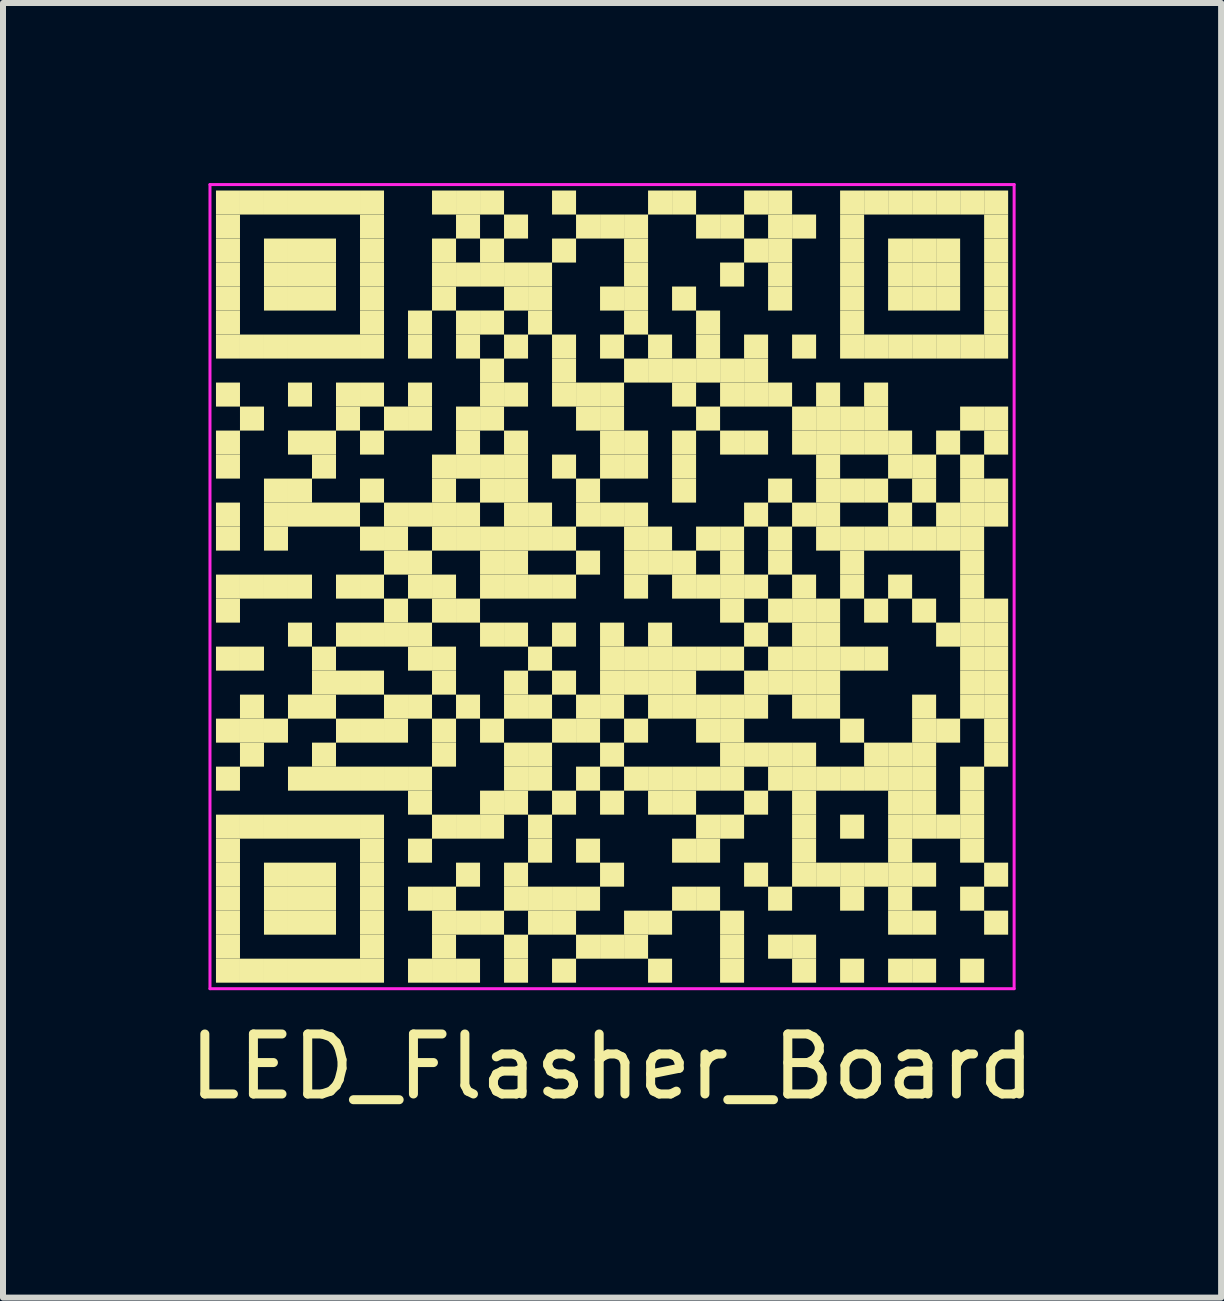
<source format=kicad_pcb>
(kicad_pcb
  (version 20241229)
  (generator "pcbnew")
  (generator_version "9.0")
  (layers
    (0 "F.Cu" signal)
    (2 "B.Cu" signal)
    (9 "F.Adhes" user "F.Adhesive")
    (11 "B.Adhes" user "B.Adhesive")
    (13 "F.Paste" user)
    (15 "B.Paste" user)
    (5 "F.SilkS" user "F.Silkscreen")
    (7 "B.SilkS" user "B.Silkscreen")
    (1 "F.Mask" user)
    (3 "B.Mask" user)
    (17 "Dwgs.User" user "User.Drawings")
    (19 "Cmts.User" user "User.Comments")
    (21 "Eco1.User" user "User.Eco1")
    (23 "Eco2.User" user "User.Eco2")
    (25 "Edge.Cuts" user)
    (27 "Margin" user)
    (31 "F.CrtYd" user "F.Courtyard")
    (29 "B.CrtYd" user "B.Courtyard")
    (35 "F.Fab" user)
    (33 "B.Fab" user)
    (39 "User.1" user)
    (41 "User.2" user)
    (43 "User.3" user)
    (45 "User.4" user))
  (footprint "LED_Flasher_Board"
    (layer "F.Cu")
    (at 7.149 6.725)
    (property "Reference" "LED_Flasher_Board" (at 0 8 0) (layer "F.SilkS") (effects (font (size 1 1) (thickness 0.15))))
    (fp_rect (start -6.6 -6.6) (end -6.2 -6.2) (stroke (width 0) (type default)) (fill yes) (layer "F.SilkS"))
    (fp_rect (start -6.6 -6.2) (end -6.2 -5.8) (stroke (width 0) (type default)) (fill yes) (layer "F.SilkS"))
    (fp_rect (start -6.6 -5.8) (end -6.2 -5.4) (stroke (width 0) (type default)) (fill yes) (layer "F.SilkS"))
    (fp_rect (start -6.6 -5.4) (end -6.2 -5) (stroke (width 0) (type default)) (fill yes) (layer "F.SilkS"))
    (fp_rect (start -6.6 -5) (end -6.2 -4.6) (stroke (width 0) (type default)) (fill yes) (layer "F.SilkS"))
    (fp_rect (start -6.6 -4.6) (end -6.2 -4.2) (stroke (width 0) (type default)) (fill yes) (layer "F.SilkS"))
    (fp_rect (start -6.6 -4.2) (end -6.2 -3.8) (stroke (width 0) (type default)) (fill yes) (layer "F.SilkS"))
    (fp_rect (start -6.6 -3.4) (end -6.2 -3) (stroke (width 0) (type default)) (fill yes) (layer "F.SilkS"))
    (fp_rect (start -6.6 -2.6) (end -6.2 -2.2) (stroke (width 0) (type default)) (fill yes) (layer "F.SilkS"))
    (fp_rect (start -6.6 -2.2) (end -6.2 -1.8) (stroke (width 0) (type default)) (fill yes) (layer "F.SilkS"))
    (fp_rect (start -6.6 -1.4) (end -6.2 -1) (stroke (width 0) (type default)) (fill yes) (layer "F.SilkS"))
    (fp_rect (start -6.6 -1) (end -6.2 -0.6) (stroke (width 0) (type default)) (fill yes) (layer "F.SilkS"))
    (fp_rect (start -6.6 -0.2) (end -6.2 0.2) (stroke (width 0) (type default)) (fill yes) (layer "F.SilkS"))
    (fp_rect (start -6.6 0.2) (end -6.2 0.6) (stroke (width 0) (type default)) (fill yes) (layer "F.SilkS"))
    (fp_rect (start -6.6 1) (end -6.2 1.4) (stroke (width 0) (type default)) (fill yes) (layer "F.SilkS"))
    (fp_rect (start -6.6 2.2) (end -6.2 2.6) (stroke (width 0) (type default)) (fill yes) (layer "F.SilkS"))
    (fp_rect (start -6.6 3) (end -6.2 3.4) (stroke (width 0) (type default)) (fill yes) (layer "F.SilkS"))
    (fp_rect (start -6.6 3.8) (end -6.2 4.2) (stroke (width 0) (type default)) (fill yes) (layer "F.SilkS"))
    (fp_rect (start -6.6 4.2) (end -6.2 4.6) (stroke (width 0) (type default)) (fill yes) (layer "F.SilkS"))
    (fp_rect (start -6.6 4.6) (end -6.2 5) (stroke (width 0) (type default)) (fill yes) (layer "F.SilkS"))
    (fp_rect (start -6.6 5) (end -6.2 5.4) (stroke (width 0) (type default)) (fill yes) (layer "F.SilkS"))
    (fp_rect (start -6.6 5.4) (end -6.2 5.8) (stroke (width 0) (type default)) (fill yes) (layer "F.SilkS"))
    (fp_rect (start -6.6 5.8) (end -6.2 6.2) (stroke (width 0) (type default)) (fill yes) (layer "F.SilkS"))
    (fp_rect (start -6.6 6.2) (end -6.2 6.6) (stroke (width 0) (type default)) (fill yes) (layer "F.SilkS"))
    (fp_rect (start -6.2 -6.6) (end -5.8 -6.2) (stroke (width 0) (type default)) (fill yes) (layer "F.SilkS"))
    (fp_rect (start -6.2 -4.2) (end -5.8 -3.8) (stroke (width 0) (type default)) (fill yes) (layer "F.SilkS"))
    (fp_rect (start -6.2 -3) (end -5.8 -2.6) (stroke (width 0) (type default)) (fill yes) (layer "F.SilkS"))
    (fp_rect (start -6.2 -0.2) (end -5.8 0.2) (stroke (width 0) (type default)) (fill yes) (layer "F.SilkS"))
    (fp_rect (start -6.2 1) (end -5.8 1.4) (stroke (width 0) (type default)) (fill yes) (layer "F.SilkS"))
    (fp_rect (start -6.2 1.8) (end -5.8 2.2) (stroke (width 0) (type default)) (fill yes) (layer "F.SilkS"))
    (fp_rect (start -6.2 2.2) (end -5.8 2.6) (stroke (width 0) (type default)) (fill yes) (layer "F.SilkS"))
    (fp_rect (start -6.2 2.6) (end -5.8 3) (stroke (width 0) (type default)) (fill yes) (layer "F.SilkS"))
    (fp_rect (start -6.2 3.8) (end -5.8 4.2) (stroke (width 0) (type default)) (fill yes) (layer "F.SilkS"))
    (fp_rect (start -6.2 6.2) (end -5.8 6.6) (stroke (width 0) (type default)) (fill yes) (layer "F.SilkS"))
    (fp_rect (start -5.8 -6.6) (end -5.4 -6.2) (stroke (width 0) (type default)) (fill yes) (layer "F.SilkS"))
    (fp_rect (start -5.8 -5.8) (end -5.4 -5.4) (stroke (width 0) (type default)) (fill yes) (layer "F.SilkS"))
    (fp_rect (start -5.8 -5.4) (end -5.4 -5) (stroke (width 0) (type default)) (fill yes) (layer "F.SilkS"))
    (fp_rect (start -5.8 -5) (end -5.4 -4.6) (stroke (width 0) (type default)) (fill yes) (layer "F.SilkS"))
    (fp_rect (start -5.8 -4.2) (end -5.4 -3.8) (stroke (width 0) (type default)) (fill yes) (layer "F.SilkS"))
    (fp_rect (start -5.8 -1.8) (end -5.4 -1.4) (stroke (width 0) (type default)) (fill yes) (layer "F.SilkS"))
    (fp_rect (start -5.8 -1.4) (end -5.4 -1) (stroke (width 0) (type default)) (fill yes) (layer "F.SilkS"))
    (fp_rect (start -5.8 -1) (end -5.4 -0.6) (stroke (width 0) (type default)) (fill yes) (layer "F.SilkS"))
    (fp_rect (start -5.8 -0.2) (end -5.4 0.2) (stroke (width 0) (type default)) (fill yes) (layer "F.SilkS"))
    (fp_rect (start -5.8 2.2) (end -5.4 2.6) (stroke (width 0) (type default)) (fill yes) (layer "F.SilkS"))
    (fp_rect (start -5.8 3.8) (end -5.4 4.2) (stroke (width 0) (type default)) (fill yes) (layer "F.SilkS"))
    (fp_rect (start -5.8 4.6) (end -5.4 5) (stroke (width 0) (type default)) (fill yes) (layer "F.SilkS"))
    (fp_rect (start -5.8 5) (end -5.4 5.4) (stroke (width 0) (type default)) (fill yes) (layer "F.SilkS"))
    (fp_rect (start -5.8 5.4) (end -5.4 5.8) (stroke (width 0) (type default)) (fill yes) (layer "F.SilkS"))
    (fp_rect (start -5.8 6.2) (end -5.4 6.6) (stroke (width 0) (type default)) (fill yes) (layer "F.SilkS"))
    (fp_rect (start -5.4 -6.6) (end -5 -6.2) (stroke (width 0) (type default)) (fill yes) (layer "F.SilkS"))
    (fp_rect (start -5.4 -5.8) (end -5 -5.4) (stroke (width 0) (type default)) (fill yes) (layer "F.SilkS"))
    (fp_rect (start -5.4 -5.4) (end -5 -5) (stroke (width 0) (type default)) (fill yes) (layer "F.SilkS"))
    (fp_rect (start -5.4 -5) (end -5 -4.6) (stroke (width 0) (type default)) (fill yes) (layer "F.SilkS"))
    (fp_rect (start -5.4 -4.2) (end -5 -3.8) (stroke (width 0) (type default)) (fill yes) (layer "F.SilkS"))
    (fp_rect (start -5.4 -3.4) (end -5 -3) (stroke (width 0) (type default)) (fill yes) (layer "F.SilkS"))
    (fp_rect (start -5.4 -2.6) (end -5 -2.2) (stroke (width 0) (type default)) (fill yes) (layer "F.SilkS"))
    (fp_rect (start -5.4 -1.8) (end -5 -1.4) (stroke (width 0) (type default)) (fill yes) (layer "F.SilkS"))
    (fp_rect (start -5.4 -1.4) (end -5 -1) (stroke (width 0) (type default)) (fill yes) (layer "F.SilkS"))
    (fp_rect (start -5.4 -0.2) (end -5 0.2) (stroke (width 0) (type default)) (fill yes) (layer "F.SilkS"))
    (fp_rect (start -5.4 0.6) (end -5 1) (stroke (width 0) (type default)) (fill yes) (layer "F.SilkS"))
    (fp_rect (start -5.4 1.8) (end -5 2.2) (stroke (width 0) (type default)) (fill yes) (layer "F.SilkS"))
    (fp_rect (start -5.4 3) (end -5 3.4) (stroke (width 0) (type default)) (fill yes) (layer "F.SilkS"))
    (fp_rect (start -5.4 3.8) (end -5 4.2) (stroke (width 0) (type default)) (fill yes) (layer "F.SilkS"))
    (fp_rect (start -5.4 4.6) (end -5 5) (stroke (width 0) (type default)) (fill yes) (layer "F.SilkS"))
    (fp_rect (start -5.4 5) (end -5 5.4) (stroke (width 0) (type default)) (fill yes) (layer "F.SilkS"))
    (fp_rect (start -5.4 5.4) (end -5 5.8) (stroke (width 0) (type default)) (fill yes) (layer "F.SilkS"))
    (fp_rect (start -5.4 6.2) (end -5 6.6) (stroke (width 0) (type default)) (fill yes) (layer "F.SilkS"))
    (fp_rect (start -5 -6.6) (end -4.6 -6.2) (stroke (width 0) (type default)) (fill yes) (layer "F.SilkS"))
    (fp_rect (start -5 -5.8) (end -4.6 -5.4) (stroke (width 0) (type default)) (fill yes) (layer "F.SilkS"))
    (fp_rect (start -5 -5.4) (end -4.6 -5) (stroke (width 0) (type default)) (fill yes) (layer "F.SilkS"))
    (fp_rect (start -5 -5) (end -4.6 -4.6) (stroke (width 0) (type default)) (fill yes) (layer "F.SilkS"))
    (fp_rect (start -5 -4.2) (end -4.6 -3.8) (stroke (width 0) (type default)) (fill yes) (layer "F.SilkS"))
    (fp_rect (start -5 -2.6) (end -4.6 -2.2) (stroke (width 0) (type default)) (fill yes) (layer "F.SilkS"))
    (fp_rect (start -5 -2.2) (end -4.6 -1.8) (stroke (width 0) (type default)) (fill yes) (layer "F.SilkS"))
    (fp_rect (start -5 -1.4) (end -4.6 -1) (stroke (width 0) (type default)) (fill yes) (layer "F.SilkS"))
    (fp_rect (start -5 1) (end -4.6 1.4) (stroke (width 0) (type default)) (fill yes) (layer "F.SilkS"))
    (fp_rect (start -5 1.4) (end -4.6 1.8) (stroke (width 0) (type default)) (fill yes) (layer "F.SilkS"))
    (fp_rect (start -5 1.8) (end -4.6 2.2) (stroke (width 0) (type default)) (fill yes) (layer "F.SilkS"))
    (fp_rect (start -5 2.6) (end -4.6 3) (stroke (width 0) (type default)) (fill yes) (layer "F.SilkS"))
    (fp_rect (start -5 3) (end -4.6 3.4) (stroke (width 0) (type default)) (fill yes) (layer "F.SilkS"))
    (fp_rect (start -5 3.8) (end -4.6 4.2) (stroke (width 0) (type default)) (fill yes) (layer "F.SilkS"))
    (fp_rect (start -5 4.6) (end -4.6 5) (stroke (width 0) (type default)) (fill yes) (layer "F.SilkS"))
    (fp_rect (start -5 5) (end -4.6 5.4) (stroke (width 0) (type default)) (fill yes) (layer "F.SilkS"))
    (fp_rect (start -5 5.4) (end -4.6 5.8) (stroke (width 0) (type default)) (fill yes) (layer "F.SilkS"))
    (fp_rect (start -5 6.2) (end -4.6 6.6) (stroke (width 0) (type default)) (fill yes) (layer "F.SilkS"))
    (fp_rect (start -4.6 -6.6) (end -4.2 -6.2) (stroke (width 0) (type default)) (fill yes) (layer "F.SilkS"))
    (fp_rect (start -4.6 -4.2) (end -4.2 -3.8) (stroke (width 0) (type default)) (fill yes) (layer "F.SilkS"))
    (fp_rect (start -4.6 -3.4) (end -4.2 -3) (stroke (width 0) (type default)) (fill yes) (layer "F.SilkS"))
    (fp_rect (start -4.6 -3) (end -4.2 -2.6) (stroke (width 0) (type default)) (fill yes) (layer "F.SilkS"))
    (fp_rect (start -4.6 -1.4) (end -4.2 -1) (stroke (width 0) (type default)) (fill yes) (layer "F.SilkS"))
    (fp_rect (start -4.6 -0.2) (end -4.2 0.2) (stroke (width 0) (type default)) (fill yes) (layer "F.SilkS"))
    (fp_rect (start -4.6 0.6) (end -4.2 1) (stroke (width 0) (type default)) (fill yes) (layer "F.SilkS"))
    (fp_rect (start -4.6 1.4) (end -4.2 1.8) (stroke (width 0) (type default)) (fill yes) (layer "F.SilkS"))
    (fp_rect (start -4.6 2.2) (end -4.2 2.6) (stroke (width 0) (type default)) (fill yes) (layer "F.SilkS"))
    (fp_rect (start -4.6 3) (end -4.2 3.4) (stroke (width 0) (type default)) (fill yes) (layer "F.SilkS"))
    (fp_rect (start -4.6 3.8) (end -4.2 4.2) (stroke (width 0) (type default)) (fill yes) (layer "F.SilkS"))
    (fp_rect (start -4.6 6.2) (end -4.2 6.6) (stroke (width 0) (type default)) (fill yes) (layer "F.SilkS"))
    (fp_rect (start -4.2 -6.6) (end -3.8 -6.2) (stroke (width 0) (type default)) (fill yes) (layer "F.SilkS"))
    (fp_rect (start -4.2 -6.2) (end -3.8 -5.8) (stroke (width 0) (type default)) (fill yes) (layer "F.SilkS"))
    (fp_rect (start -4.2 -5.8) (end -3.8 -5.4) (stroke (width 0) (type default)) (fill yes) (layer "F.SilkS"))
    (fp_rect (start -4.2 -5.4) (end -3.8 -5) (stroke (width 0) (type default)) (fill yes) (layer "F.SilkS"))
    (fp_rect (start -4.2 -5) (end -3.8 -4.6) (stroke (width 0) (type default)) (fill yes) (layer "F.SilkS"))
    (fp_rect (start -4.2 -4.6) (end -3.8 -4.2) (stroke (width 0) (type default)) (fill yes) (layer "F.SilkS"))
    (fp_rect (start -4.2 -4.2) (end -3.8 -3.8) (stroke (width 0) (type default)) (fill yes) (layer "F.SilkS"))
    (fp_rect (start -4.2 -3.4) (end -3.8 -3) (stroke (width 0) (type default)) (fill yes) (layer "F.SilkS"))
    (fp_rect (start -4.2 -2.6) (end -3.8 -2.2) (stroke (width 0) (type default)) (fill yes) (layer "F.SilkS"))
    (fp_rect (start -4.2 -1.8) (end -3.8 -1.4) (stroke (width 0) (type default)) (fill yes) (layer "F.SilkS"))
    (fp_rect (start -4.2 -1) (end -3.8 -0.6) (stroke (width 0) (type default)) (fill yes) (layer "F.SilkS"))
    (fp_rect (start -4.2 -0.2) (end -3.8 0.2) (stroke (width 0) (type default)) (fill yes) (layer "F.SilkS"))
    (fp_rect (start -4.2 0.6) (end -3.8 1) (stroke (width 0) (type default)) (fill yes) (layer "F.SilkS"))
    (fp_rect (start -4.2 1.4) (end -3.8 1.8) (stroke (width 0) (type default)) (fill yes) (layer "F.SilkS"))
    (fp_rect (start -4.2 2.2) (end -3.8 2.6) (stroke (width 0) (type default)) (fill yes) (layer "F.SilkS"))
    (fp_rect (start -4.2 3) (end -3.8 3.4) (stroke (width 0) (type default)) (fill yes) (layer "F.SilkS"))
    (fp_rect (start -4.2 3.8) (end -3.8 4.2) (stroke (width 0) (type default)) (fill yes) (layer "F.SilkS"))
    (fp_rect (start -4.2 4.2) (end -3.8 4.6) (stroke (width 0) (type default)) (fill yes) (layer "F.SilkS"))
    (fp_rect (start -4.2 4.6) (end -3.8 5) (stroke (width 0) (type default)) (fill yes) (layer "F.SilkS"))
    (fp_rect (start -4.2 5) (end -3.8 5.4) (stroke (width 0) (type default)) (fill yes) (layer "F.SilkS"))
    (fp_rect (start -4.2 5.4) (end -3.8 5.8) (stroke (width 0) (type default)) (fill yes) (layer "F.SilkS"))
    (fp_rect (start -4.2 5.8) (end -3.8 6.2) (stroke (width 0) (type default)) (fill yes) (layer "F.SilkS"))
    (fp_rect (start -4.2 6.2) (end -3.8 6.6) (stroke (width 0) (type default)) (fill yes) (layer "F.SilkS"))
    (fp_rect (start -3.8 -3) (end -3.4 -2.6) (stroke (width 0) (type default)) (fill yes) (layer "F.SilkS"))
    (fp_rect (start -3.8 -1.4) (end -3.4 -1) (stroke (width 0) (type default)) (fill yes) (layer "F.SilkS"))
    (fp_rect (start -3.8 -1) (end -3.4 -0.6) (stroke (width 0) (type default)) (fill yes) (layer "F.SilkS"))
    (fp_rect (start -3.8 -0.6) (end -3.4 -0.2) (stroke (width 0) (type default)) (fill yes) (layer "F.SilkS"))
    (fp_rect (start -3.8 0.2) (end -3.4 0.6) (stroke (width 0) (type default)) (fill yes) (layer "F.SilkS"))
    (fp_rect (start -3.8 0.6) (end -3.4 1) (stroke (width 0) (type default)) (fill yes) (layer "F.SilkS"))
    (fp_rect (start -3.8 1.8) (end -3.4 2.2) (stroke (width 0) (type default)) (fill yes) (layer "F.SilkS"))
    (fp_rect (start -3.8 2.2) (end -3.4 2.6) (stroke (width 0) (type default)) (fill yes) (layer "F.SilkS"))
    (fp_rect (start -3.8 3) (end -3.4 3.4) (stroke (width 0) (type default)) (fill yes) (layer "F.SilkS"))
    (fp_rect (start -3.4 -4.6) (end -3 -4.2) (stroke (width 0) (type default)) (fill yes) (layer "F.SilkS"))
    (fp_rect (start -3.4 -4.2) (end -3 -3.8) (stroke (width 0) (type default)) (fill yes) (layer "F.SilkS"))
    (fp_rect (start -3.4 -3.4) (end -3 -3) (stroke (width 0) (type default)) (fill yes) (layer "F.SilkS"))
    (fp_rect (start -3.4 -3) (end -3 -2.6) (stroke (width 0) (type default)) (fill yes) (layer "F.SilkS"))
    (fp_rect (start -3.4 -1.4) (end -3 -1) (stroke (width 0) (type default)) (fill yes) (layer "F.SilkS"))
    (fp_rect (start -3.4 -0.6) (end -3 -0.2) (stroke (width 0) (type default)) (fill yes) (layer "F.SilkS"))
    (fp_rect (start -3.4 -0.2) (end -3 0.2) (stroke (width 0) (type default)) (fill yes) (layer "F.SilkS"))
    (fp_rect (start -3.4 0.6) (end -3 1) (stroke (width 0) (type default)) (fill yes) (layer "F.SilkS"))
    (fp_rect (start -3.4 1) (end -3 1.4) (stroke (width 0) (type default)) (fill yes) (layer "F.SilkS"))
    (fp_rect (start -3.4 1.8) (end -3 2.2) (stroke (width 0) (type default)) (fill yes) (layer "F.SilkS"))
    (fp_rect (start -3.4 3) (end -3 3.4) (stroke (width 0) (type default)) (fill yes) (layer "F.SilkS"))
    (fp_rect (start -3.4 3.4) (end -3 3.8) (stroke (width 0) (type default)) (fill yes) (layer "F.SilkS"))
    (fp_rect (start -3.4 4.2) (end -3 4.6) (stroke (width 0) (type default)) (fill yes) (layer "F.SilkS"))
    (fp_rect (start -3.4 5) (end -3 5.4) (stroke (width 0) (type default)) (fill yes) (layer "F.SilkS"))
    (fp_rect (start -3.4 6.2) (end -3 6.6) (stroke (width 0) (type default)) (fill yes) (layer "F.SilkS"))
    (fp_rect (start -3 -6.6) (end -2.6 -6.2) (stroke (width 0) (type default)) (fill yes) (layer "F.SilkS"))
    (fp_rect (start -3 -5.8) (end -2.6 -5.4) (stroke (width 0) (type default)) (fill yes) (layer "F.SilkS"))
    (fp_rect (start -3 -5.4) (end -2.6 -5) (stroke (width 0) (type default)) (fill yes) (layer "F.SilkS"))
    (fp_rect (start -3 -5) (end -2.6 -4.6) (stroke (width 0) (type default)) (fill yes) (layer "F.SilkS"))
    (fp_rect (start -3 -2.2) (end -2.6 -1.8) (stroke (width 0) (type default)) (fill yes) (layer "F.SilkS"))
    (fp_rect (start -3 -1.8) (end -2.6 -1.4) (stroke (width 0) (type default)) (fill yes) (layer "F.SilkS"))
    (fp_rect (start -3 -1.4) (end -2.6 -1) (stroke (width 0) (type default)) (fill yes) (layer "F.SilkS"))
    (fp_rect (start -3 -1) (end -2.6 -0.6) (stroke (width 0) (type default)) (fill yes) (layer "F.SilkS"))
    (fp_rect (start -3 -0.2) (end -2.6 0.2) (stroke (width 0) (type default)) (fill yes) (layer "F.SilkS"))
    (fp_rect (start -3 0.2) (end -2.6 0.6) (stroke (width 0) (type default)) (fill yes) (layer "F.SilkS"))
    (fp_rect (start -3 1) (end -2.6 1.4) (stroke (width 0) (type default)) (fill yes) (layer "F.SilkS"))
    (fp_rect (start -3 1.4) (end -2.6 1.8) (stroke (width 0) (type default)) (fill yes) (layer "F.SilkS"))
    (fp_rect (start -3 2.2) (end -2.6 2.6) (stroke (width 0) (type default)) (fill yes) (layer "F.SilkS"))
    (fp_rect (start -3 2.6) (end -2.6 3) (stroke (width 0) (type default)) (fill yes) (layer "F.SilkS"))
    (fp_rect (start -3 3.8) (end -2.6 4.2) (stroke (width 0) (type default)) (fill yes) (layer "F.SilkS"))
    (fp_rect (start -3 5) (end -2.6 5.4) (stroke (width 0) (type default)) (fill yes) (layer "F.SilkS"))
    (fp_rect (start -3 5.4) (end -2.6 5.8) (stroke (width 0) (type default)) (fill yes) (layer "F.SilkS"))
    (fp_rect (start -3 5.8) (end -2.6 6.2) (stroke (width 0) (type default)) (fill yes) (layer "F.SilkS"))
    (fp_rect (start -3 6.2) (end -2.6 6.6) (stroke (width 0) (type default)) (fill yes) (layer "F.SilkS"))
    (fp_rect (start -2.6 -6.6) (end -2.2 -6.2) (stroke (width 0) (type default)) (fill yes) (layer "F.SilkS"))
    (fp_rect (start -2.6 -6.2) (end -2.2 -5.8) (stroke (width 0) (type default)) (fill yes) (layer "F.SilkS"))
    (fp_rect (start -2.6 -5.4) (end -2.2 -5) (stroke (width 0) (type default)) (fill yes) (layer "F.SilkS"))
    (fp_rect (start -2.6 -4.6) (end -2.2 -4.2) (stroke (width 0) (type default)) (fill yes) (layer "F.SilkS"))
    (fp_rect (start -2.6 -4.2) (end -2.2 -3.8) (stroke (width 0) (type default)) (fill yes) (layer "F.SilkS"))
    (fp_rect (start -2.6 -3) (end -2.2 -2.6) (stroke (width 0) (type default)) (fill yes) (layer "F.SilkS"))
    (fp_rect (start -2.6 -2.6) (end -2.2 -2.2) (stroke (width 0) (type default)) (fill yes) (layer "F.SilkS"))
    (fp_rect (start -2.6 -2.2) (end -2.2 -1.8) (stroke (width 0) (type default)) (fill yes) (layer "F.SilkS"))
    (fp_rect (start -2.6 -1.4) (end -2.2 -1) (stroke (width 0) (type default)) (fill yes) (layer "F.SilkS"))
    (fp_rect (start -2.6 -1) (end -2.2 -0.6) (stroke (width 0) (type default)) (fill yes) (layer "F.SilkS"))
    (fp_rect (start -2.6 0.2) (end -2.2 0.6) (stroke (width 0) (type default)) (fill yes) (layer "F.SilkS"))
    (fp_rect (start -2.6 1.8) (end -2.2 2.2) (stroke (width 0) (type default)) (fill yes) (layer "F.SilkS"))
    (fp_rect (start -2.6 3.8) (end -2.2 4.2) (stroke (width 0) (type default)) (fill yes) (layer "F.SilkS"))
    (fp_rect (start -2.6 4.6) (end -2.2 5) (stroke (width 0) (type default)) (fill yes) (layer "F.SilkS"))
    (fp_rect (start -2.6 5.4) (end -2.2 5.8) (stroke (width 0) (type default)) (fill yes) (layer "F.SilkS"))
    (fp_rect (start -2.6 6.2) (end -2.2 6.6) (stroke (width 0) (type default)) (fill yes) (layer "F.SilkS"))
    (fp_rect (start -2.2 -6.6) (end -1.8 -6.2) (stroke (width 0) (type default)) (fill yes) (layer "F.SilkS"))
    (fp_rect (start -2.2 -5.8) (end -1.8 -5.4) (stroke (width 0) (type default)) (fill yes) (layer "F.SilkS"))
    (fp_rect (start -2.2 -5.4) (end -1.8 -5) (stroke (width 0) (type default)) (fill yes) (layer "F.SilkS"))
    (fp_rect (start -2.2 -4.6) (end -1.8 -4.2) (stroke (width 0) (type default)) (fill yes) (layer "F.SilkS"))
    (fp_rect (start -2.2 -3.8) (end -1.8 -3.4) (stroke (width 0) (type default)) (fill yes) (layer "F.SilkS"))
    (fp_rect (start -2.2 -3.4) (end -1.8 -3) (stroke (width 0) (type default)) (fill yes) (layer "F.SilkS"))
    (fp_rect (start -2.2 -3) (end -1.8 -2.6) (stroke (width 0) (type default)) (fill yes) (layer "F.SilkS"))
    (fp_rect (start -2.2 -2.2) (end -1.8 -1.8) (stroke (width 0) (type default)) (fill yes) (layer "F.SilkS"))
    (fp_rect (start -2.2 -1.8) (end -1.8 -1.4) (stroke (width 0) (type default)) (fill yes) (layer "F.SilkS"))
    (fp_rect (start -2.2 -1) (end -1.8 -0.6) (stroke (width 0) (type default)) (fill yes) (layer "F.SilkS"))
    (fp_rect (start -2.2 -0.6) (end -1.8 -0.2) (stroke (width 0) (type default)) (fill yes) (layer "F.SilkS"))
    (fp_rect (start -2.2 -0.2) (end -1.8 0.2) (stroke (width 0) (type default)) (fill yes) (layer "F.SilkS"))
    (fp_rect (start -2.2 0.6) (end -1.8 1) (stroke (width 0) (type default)) (fill yes) (layer "F.SilkS"))
    (fp_rect (start -2.2 2.2) (end -1.8 2.6) (stroke (width 0) (type default)) (fill yes) (layer "F.SilkS"))
    (fp_rect (start -2.2 3.4) (end -1.8 3.8) (stroke (width 0) (type default)) (fill yes) (layer "F.SilkS"))
    (fp_rect (start -2.2 3.8) (end -1.8 4.2) (stroke (width 0) (type default)) (fill yes) (layer "F.SilkS"))
    (fp_rect (start -2.2 5.4) (end -1.8 5.8) (stroke (width 0) (type default)) (fill yes) (layer "F.SilkS"))
    (fp_rect (start -1.8 -6.2) (end -1.4 -5.8) (stroke (width 0) (type default)) (fill yes) (layer "F.SilkS"))
    (fp_rect (start -1.8 -5.4) (end -1.4 -5) (stroke (width 0) (type default)) (fill yes) (layer "F.SilkS"))
    (fp_rect (start -1.8 -5) (end -1.4 -4.6) (stroke (width 0) (type default)) (fill yes) (layer "F.SilkS"))
    (fp_rect (start -1.8 -4.2) (end -1.4 -3.8) (stroke (width 0) (type default)) (fill yes) (layer "F.SilkS"))
    (fp_rect (start -1.8 -3.4) (end -1.4 -3) (stroke (width 0) (type default)) (fill yes) (layer "F.SilkS"))
    (fp_rect (start -1.8 -2.6) (end -1.4 -2.2) (stroke (width 0) (type default)) (fill yes) (layer "F.SilkS"))
    (fp_rect (start -1.8 -2.2) (end -1.4 -1.8) (stroke (width 0) (type default)) (fill yes) (layer "F.SilkS"))
    (fp_rect (start -1.8 -1.8) (end -1.4 -1.4) (stroke (width 0) (type default)) (fill yes) (layer "F.SilkS"))
    (fp_rect (start -1.8 -1.4) (end -1.4 -1) (stroke (width 0) (type default)) (fill yes) (layer "F.SilkS"))
    (fp_rect (start -1.8 -1) (end -1.4 -0.6) (stroke (width 0) (type default)) (fill yes) (layer "F.SilkS"))
    (fp_rect (start -1.8 -0.6) (end -1.4 -0.2) (stroke (width 0) (type default)) (fill yes) (layer "F.SilkS"))
    (fp_rect (start -1.8 -0.2) (end -1.4 0.2) (stroke (width 0) (type default)) (fill yes) (layer "F.SilkS"))
    (fp_rect (start -1.8 0.6) (end -1.4 1) (stroke (width 0) (type default)) (fill yes) (layer "F.SilkS"))
    (fp_rect (start -1.8 1.4) (end -1.4 1.8) (stroke (width 0) (type default)) (fill yes) (layer "F.SilkS"))
    (fp_rect (start -1.8 1.8) (end -1.4 2.2) (stroke (width 0) (type default)) (fill yes) (layer "F.SilkS"))
    (fp_rect (start -1.8 2.6) (end -1.4 3) (stroke (width 0) (type default)) (fill yes) (layer "F.SilkS"))
    (fp_rect (start -1.8 3) (end -1.4 3.4) (stroke (width 0) (type default)) (fill yes) (layer "F.SilkS"))
    (fp_rect (start -1.8 3.4) (end -1.4 3.8) (stroke (width 0) (type default)) (fill yes) (layer "F.SilkS"))
    (fp_rect (start -1.8 4.6) (end -1.4 5) (stroke (width 0) (type default)) (fill yes) (layer "F.SilkS"))
    (fp_rect (start -1.8 5) (end -1.4 5.4) (stroke (width 0) (type default)) (fill yes) (layer "F.SilkS"))
    (fp_rect (start -1.8 5.8) (end -1.4 6.2) (stroke (width 0) (type default)) (fill yes) (layer "F.SilkS"))
    (fp_rect (start -1.8 6.2) (end -1.4 6.6) (stroke (width 0) (type default)) (fill yes) (layer "F.SilkS"))
    (fp_rect (start -1.4 -5.4) (end -1 -5) (stroke (width 0) (type default)) (fill yes) (layer "F.SilkS"))
    (fp_rect (start -1.4 -5) (end -1 -4.6) (stroke (width 0) (type default)) (fill yes) (layer "F.SilkS"))
    (fp_rect (start -1.4 -4.6) (end -1 -4.2) (stroke (width 0) (type default)) (fill yes) (layer "F.SilkS"))
    (fp_rect (start -1.4 -1.4) (end -1 -1) (stroke (width 0) (type default)) (fill yes) (layer "F.SilkS"))
    (fp_rect (start -1.4 -1) (end -1 -0.6) (stroke (width 0) (type default)) (fill yes) (layer "F.SilkS"))
    (fp_rect (start -1.4 -0.2) (end -1 0.2) (stroke (width 0) (type default)) (fill yes) (layer "F.SilkS"))
    (fp_rect (start -1.4 1) (end -1 1.4) (stroke (width 0) (type default)) (fill yes) (layer "F.SilkS"))
    (fp_rect (start -1.4 1.8) (end -1 2.2) (stroke (width 0) (type default)) (fill yes) (layer "F.SilkS"))
    (fp_rect (start -1.4 2.6) (end -1 3) (stroke (width 0) (type default)) (fill yes) (layer "F.SilkS"))
    (fp_rect (start -1.4 3) (end -1 3.4) (stroke (width 0) (type default)) (fill yes) (layer "F.SilkS"))
    (fp_rect (start -1.4 3.8) (end -1 4.2) (stroke (width 0) (type default)) (fill yes) (layer "F.SilkS"))
    (fp_rect (start -1.4 4.2) (end -1 4.6) (stroke (width 0) (type default)) (fill yes) (layer "F.SilkS"))
    (fp_rect (start -1.4 5) (end -1 5.4) (stroke (width 0) (type default)) (fill yes) (layer "F.SilkS"))
    (fp_rect (start -1.4 5.4) (end -1 5.8) (stroke (width 0) (type default)) (fill yes) (layer "F.SilkS"))
    (fp_rect (start -1 -6.6) (end -0.6 -6.2) (stroke (width 0) (type default)) (fill yes) (layer "F.SilkS"))
    (fp_rect (start -1 -5.8) (end -0.6 -5.4) (stroke (width 0) (type default)) (fill yes) (layer "F.SilkS"))
    (fp_rect (start -1 -4.2) (end -0.6 -3.8) (stroke (width 0) (type default)) (fill yes) (layer "F.SilkS"))
    (fp_rect (start -1 -3.8) (end -0.6 -3.4) (stroke (width 0) (type default)) (fill yes) (layer "F.SilkS"))
    (fp_rect (start -1 -3.4) (end -0.6 -3) (stroke (width 0) (type default)) (fill yes) (layer "F.SilkS"))
    (fp_rect (start -1 -2.2) (end -0.6 -1.8) (stroke (width 0) (type default)) (fill yes) (layer "F.SilkS"))
    (fp_rect (start -1 -1) (end -0.6 -0.6) (stroke (width 0) (type default)) (fill yes) (layer "F.SilkS"))
    (fp_rect (start -1 -0.2) (end -0.6 0.2) (stroke (width 0) (type default)) (fill yes) (layer "F.SilkS"))
    (fp_rect (start -1 0.6) (end -0.6 1) (stroke (width 0) (type default)) (fill yes) (layer "F.SilkS"))
    (fp_rect (start -1 1.4) (end -0.6 1.8) (stroke (width 0) (type default)) (fill yes) (layer "F.SilkS"))
    (fp_rect (start -1 2.2) (end -0.6 2.6) (stroke (width 0) (type default)) (fill yes) (layer "F.SilkS"))
    (fp_rect (start -1 3.4) (end -0.6 3.8) (stroke (width 0) (type default)) (fill yes) (layer "F.SilkS"))
    (fp_rect (start -1 5) (end -0.6 5.4) (stroke (width 0) (type default)) (fill yes) (layer "F.SilkS"))
    (fp_rect (start -1 5.4) (end -0.6 5.8) (stroke (width 0) (type default)) (fill yes) (layer "F.SilkS"))
    (fp_rect (start -1 6.2) (end -0.6 6.6) (stroke (width 0) (type default)) (fill yes) (layer "F.SilkS"))
    (fp_rect (start -0.6 -6.2) (end -0.2 -5.8) (stroke (width 0) (type default)) (fill yes) (layer "F.SilkS"))
    (fp_rect (start -0.6 -3.4) (end -0.2 -3) (stroke (width 0) (type default)) (fill yes) (layer "F.SilkS"))
    (fp_rect (start -0.6 -3) (end -0.2 -2.6) (stroke (width 0) (type default)) (fill yes) (layer "F.SilkS"))
    (fp_rect (start -0.6 -1.8) (end -0.2 -1.4) (stroke (width 0) (type default)) (fill yes) (layer "F.SilkS"))
    (fp_rect (start -0.6 -1.4) (end -0.2 -1) (stroke (width 0) (type default)) (fill yes) (layer "F.SilkS"))
    (fp_rect (start -0.6 -0.6) (end -0.2 -0.2) (stroke (width 0) (type default)) (fill yes) (layer "F.SilkS"))
    (fp_rect (start -0.6 1.8) (end -0.2 2.2) (stroke (width 0) (type default)) (fill yes) (layer "F.SilkS"))
    (fp_rect (start -0.6 2.2) (end -0.2 2.6) (stroke (width 0) (type default)) (fill yes) (layer "F.SilkS"))
    (fp_rect (start -0.6 3) (end -0.2 3.4) (stroke (width 0) (type default)) (fill yes) (layer "F.SilkS"))
    (fp_rect (start -0.6 4.2) (end -0.2 4.6) (stroke (width 0) (type default)) (fill yes) (layer "F.SilkS"))
    (fp_rect (start -0.6 5) (end -0.2 5.4) (stroke (width 0) (type default)) (fill yes) (layer "F.SilkS"))
    (fp_rect (start -0.6 5.8) (end -0.2 6.2) (stroke (width 0) (type default)) (fill yes) (layer "F.SilkS"))
    (fp_rect (start -0.2 -6.2) (end 0.2 -5.8) (stroke (width 0) (type default)) (fill yes) (layer "F.SilkS"))
    (fp_rect (start -0.2 -5) (end 0.2 -4.6) (stroke (width 0) (type default)) (fill yes) (layer "F.SilkS"))
    (fp_rect (start -0.2 -4.2) (end 0.2 -3.8) (stroke (width 0) (type default)) (fill yes) (layer "F.SilkS"))
    (fp_rect (start -0.2 -3.4) (end 0.2 -3) (stroke (width 0) (type default)) (fill yes) (layer "F.SilkS"))
    (fp_rect (start -0.2 -3) (end 0.2 -2.6) (stroke (width 0) (type default)) (fill yes) (layer "F.SilkS"))
    (fp_rect (start -0.2 -2.6) (end 0.2 -2.2) (stroke (width 0) (type default)) (fill yes) (layer "F.SilkS"))
    (fp_rect (start -0.2 -2.2) (end 0.2 -1.8) (stroke (width 0) (type default)) (fill yes) (layer "F.SilkS"))
    (fp_rect (start -0.2 -1.4) (end 0.2 -1) (stroke (width 0) (type default)) (fill yes) (layer "F.SilkS"))
    (fp_rect (start -0.2 0.6) (end 0.2 1) (stroke (width 0) (type default)) (fill yes) (layer "F.SilkS"))
    (fp_rect (start -0.2 1) (end 0.2 1.4) (stroke (width 0) (type default)) (fill yes) (layer "F.SilkS"))
    (fp_rect (start -0.2 1.4) (end 0.2 1.8) (stroke (width 0) (type default)) (fill yes) (layer "F.SilkS"))
    (fp_rect (start -0.2 1.8) (end 0.2 2.2) (stroke (width 0) (type default)) (fill yes) (layer "F.SilkS"))
    (fp_rect (start -0.2 2.6) (end 0.2 3) (stroke (width 0) (type default)) (fill yes) (layer "F.SilkS"))
    (fp_rect (start -0.2 3.4) (end 0.2 3.8) (stroke (width 0) (type default)) (fill yes) (layer "F.SilkS"))
    (fp_rect (start -0.2 4.6) (end 0.2 5) (stroke (width 0) (type default)) (fill yes) (layer "F.SilkS"))
    (fp_rect (start -0.2 5.8) (end 0.2 6.2) (stroke (width 0) (type default)) (fill yes) (layer "F.SilkS"))
    (fp_rect (start 0.2 -6.2) (end 0.6 -5.8) (stroke (width 0) (type default)) (fill yes) (layer "F.SilkS"))
    (fp_rect (start 0.2 -5.8) (end 0.6 -5.4) (stroke (width 0) (type default)) (fill yes) (layer "F.SilkS"))
    (fp_rect (start 0.2 -5.4) (end 0.6 -5) (stroke (width 0) (type default)) (fill yes) (layer "F.SilkS"))
    (fp_rect (start 0.2 -5) (end 0.6 -4.6) (stroke (width 0) (type default)) (fill yes) (layer "F.SilkS"))
    (fp_rect (start 0.2 -4.6) (end 0.6 -4.2) (stroke (width 0) (type default)) (fill yes) (layer "F.SilkS"))
    (fp_rect (start 0.2 -3.8) (end 0.6 -3.4) (stroke (width 0) (type default)) (fill yes) (layer "F.SilkS"))
    (fp_rect (start 0.2 -2.6) (end 0.6 -2.2) (stroke (width 0) (type default)) (fill yes) (layer "F.SilkS"))
    (fp_rect (start 0.2 -2.2) (end 0.6 -1.8) (stroke (width 0) (type default)) (fill yes) (layer "F.SilkS"))
    (fp_rect (start 0.2 -1.4) (end 0.6 -1) (stroke (width 0) (type default)) (fill yes) (layer "F.SilkS"))
    (fp_rect (start 0.2 -1) (end 0.6 -0.6) (stroke (width 0) (type default)) (fill yes) (layer "F.SilkS"))
    (fp_rect (start 0.2 -0.6) (end 0.6 -0.2) (stroke (width 0) (type default)) (fill yes) (layer "F.SilkS"))
    (fp_rect (start 0.2 -0.2) (end 0.6 0.2) (stroke (width 0) (type default)) (fill yes) (layer "F.SilkS"))
    (fp_rect (start 0.2 1) (end 0.6 1.4) (stroke (width 0) (type default)) (fill yes) (layer "F.SilkS"))
    (fp_rect (start 0.2 1.4) (end 0.6 1.8) (stroke (width 0) (type default)) (fill yes) (layer "F.SilkS"))
    (fp_rect (start 0.2 2.2) (end 0.6 2.6) (stroke (width 0) (type default)) (fill yes) (layer "F.SilkS"))
    (fp_rect (start 0.2 3) (end 0.6 3.4) (stroke (width 0) (type default)) (fill yes) (layer "F.SilkS"))
    (fp_rect (start 0.2 5.4) (end 0.6 5.8) (stroke (width 0) (type default)) (fill yes) (layer "F.SilkS"))
    (fp_rect (start 0.2 5.8) (end 0.6 6.2) (stroke (width 0) (type default)) (fill yes) (layer "F.SilkS"))
    (fp_rect (start 0.6 -6.6) (end 1 -6.2) (stroke (width 0) (type default)) (fill yes) (layer "F.SilkS"))
    (fp_rect (start 0.6 -4.2) (end 1 -3.8) (stroke (width 0) (type default)) (fill yes) (layer "F.SilkS"))
    (fp_rect (start 0.6 -3.8) (end 1 -3.4) (stroke (width 0) (type default)) (fill yes) (layer "F.SilkS"))
    (fp_rect (start 0.6 -1) (end 1 -0.6) (stroke (width 0) (type default)) (fill yes) (layer "F.SilkS"))
    (fp_rect (start 0.6 -0.6) (end 1 -0.2) (stroke (width 0) (type default)) (fill yes) (layer "F.SilkS"))
    (fp_rect (start 0.6 0.6) (end 1 1) (stroke (width 0) (type default)) (fill yes) (layer "F.SilkS"))
    (fp_rect (start 0.6 1) (end 1 1.4) (stroke (width 0) (type default)) (fill yes) (layer "F.SilkS"))
    (fp_rect (start 0.6 1.4) (end 1 1.8) (stroke (width 0) (type default)) (fill yes) (layer "F.SilkS"))
    (fp_rect (start 0.6 1.8) (end 1 2.2) (stroke (width 0) (type default)) (fill yes) (layer "F.SilkS"))
    (fp_rect (start 0.6 3) (end 1 3.4) (stroke (width 0) (type default)) (fill yes) (layer "F.SilkS"))
    (fp_rect (start 0.6 3.4) (end 1 3.8) (stroke (width 0) (type default)) (fill yes) (layer "F.SilkS"))
    (fp_rect (start 0.6 5.4) (end 1 5.8) (stroke (width 0) (type default)) (fill yes) (layer "F.SilkS"))
    (fp_rect (start 0.6 6.2) (end 1 6.6) (stroke (width 0) (type default)) (fill yes) (layer "F.SilkS"))
    (fp_rect (start 1 -6.6) (end 1.4 -6.2) (stroke (width 0) (type default)) (fill yes) (layer "F.SilkS"))
    (fp_rect (start 1 -5) (end 1.4 -4.6) (stroke (width 0) (type default)) (fill yes) (layer "F.SilkS"))
    (fp_rect (start 1 -3.8) (end 1.4 -3.4) (stroke (width 0) (type default)) (fill yes) (layer "F.SilkS"))
    (fp_rect (start 1 -3.4) (end 1.4 -3) (stroke (width 0) (type default)) (fill yes) (layer "F.SilkS"))
    (fp_rect (start 1 -2.6) (end 1.4 -2.2) (stroke (width 0) (type default)) (fill yes) (layer "F.SilkS"))
    (fp_rect (start 1 -2.2) (end 1.4 -1.8) (stroke (width 0) (type default)) (fill yes) (layer "F.SilkS"))
    (fp_rect (start 1 -1.8) (end 1.4 -1.4) (stroke (width 0) (type default)) (fill yes) (layer "F.SilkS"))
    (fp_rect (start 1 -0.6) (end 1.4 -0.2) (stroke (width 0) (type default)) (fill yes) (layer "F.SilkS"))
    (fp_rect (start 1 -0.2) (end 1.4 0.2) (stroke (width 0) (type default)) (fill yes) (layer "F.SilkS"))
    (fp_rect (start 1 1) (end 1.4 1.4) (stroke (width 0) (type default)) (fill yes) (layer "F.SilkS"))
    (fp_rect (start 1 1.4) (end 1.4 1.8) (stroke (width 0) (type default)) (fill yes) (layer "F.SilkS"))
    (fp_rect (start 1 1.8) (end 1.4 2.2) (stroke (width 0) (type default)) (fill yes) (layer "F.SilkS"))
    (fp_rect (start 1 3) (end 1.4 3.4) (stroke (width 0) (type default)) (fill yes) (layer "F.SilkS"))
    (fp_rect (start 1 3.4) (end 1.4 3.8) (stroke (width 0) (type default)) (fill yes) (layer "F.SilkS"))
    (fp_rect (start 1 4.2) (end 1.4 4.6) (stroke (width 0) (type default)) (fill yes) (layer "F.SilkS"))
    (fp_rect (start 1 5) (end 1.4 5.4) (stroke (width 0) (type default)) (fill yes) (layer "F.SilkS"))
    (fp_rect (start 1.4 -6.2) (end 1.8 -5.8) (stroke (width 0) (type default)) (fill yes) (layer "F.SilkS"))
    (fp_rect (start 1.4 -4.6) (end 1.8 -4.2) (stroke (width 0) (type default)) (fill yes) (layer "F.SilkS"))
    (fp_rect (start 1.4 -4.2) (end 1.8 -3.8) (stroke (width 0) (type default)) (fill yes) (layer "F.SilkS"))
    (fp_rect (start 1.4 -3.8) (end 1.8 -3.4) (stroke (width 0) (type default)) (fill yes) (layer "F.SilkS"))
    (fp_rect (start 1.4 -3) (end 1.8 -2.6) (stroke (width 0) (type default)) (fill yes) (layer "F.SilkS"))
    (fp_rect (start 1.4 -1) (end 1.8 -0.6) (stroke (width 0) (type default)) (fill yes) (layer "F.SilkS"))
    (fp_rect (start 1.4 -0.2) (end 1.8 0.2) (stroke (width 0) (type default)) (fill yes) (layer "F.SilkS"))
    (fp_rect (start 1.4 1) (end 1.8 1.4) (stroke (width 0) (type default)) (fill yes) (layer "F.SilkS"))
    (fp_rect (start 1.4 1.8) (end 1.8 2.2) (stroke (width 0) (type default)) (fill yes) (layer "F.SilkS"))
    (fp_rect (start 1.4 2.2) (end 1.8 2.6) (stroke (width 0) (type default)) (fill yes) (layer "F.SilkS"))
    (fp_rect (start 1.4 3) (end 1.8 3.4) (stroke (width 0) (type default)) (fill yes) (layer "F.SilkS"))
    (fp_rect (start 1.4 3.8) (end 1.8 4.2) (stroke (width 0) (type default)) (fill yes) (layer "F.SilkS"))
    (fp_rect (start 1.4 4.2) (end 1.8 4.6) (stroke (width 0) (type default)) (fill yes) (layer "F.SilkS"))
    (fp_rect (start 1.4 5) (end 1.8 5.4) (stroke (width 0) (type default)) (fill yes) (layer "F.SilkS"))
    (fp_rect (start 1.8 -6.2) (end 2.2 -5.8) (stroke (width 0) (type default)) (fill yes) (layer "F.SilkS"))
    (fp_rect (start 1.8 -5.4) (end 2.2 -5) (stroke (width 0) (type default)) (fill yes) (layer "F.SilkS"))
    (fp_rect (start 1.8 -3.8) (end 2.2 -3.4) (stroke (width 0) (type default)) (fill yes) (layer "F.SilkS"))
    (fp_rect (start 1.8 -3.4) (end 2.2 -3) (stroke (width 0) (type default)) (fill yes) (layer "F.SilkS"))
    (fp_rect (start 1.8 -2.6) (end 2.2 -2.2) (stroke (width 0) (type default)) (fill yes) (layer "F.SilkS"))
    (fp_rect (start 1.8 -1) (end 2.2 -0.6) (stroke (width 0) (type default)) (fill yes) (layer "F.SilkS"))
    (fp_rect (start 1.8 -0.6) (end 2.2 -0.2) (stroke (width 0) (type default)) (fill yes) (layer "F.SilkS"))
    (fp_rect (start 1.8 -0.2) (end 2.2 0.2) (stroke (width 0) (type default)) (fill yes) (layer "F.SilkS"))
    (fp_rect (start 1.8 0.2) (end 2.2 0.6) (stroke (width 0) (type default)) (fill yes) (layer "F.SilkS"))
    (fp_rect (start 1.8 1) (end 2.2 1.4) (stroke (width 0) (type default)) (fill yes) (layer "F.SilkS"))
    (fp_rect (start 1.8 1.8) (end 2.2 2.2) (stroke (width 0) (type default)) (fill yes) (layer "F.SilkS"))
    (fp_rect (start 1.8 2.2) (end 2.2 2.6) (stroke (width 0) (type default)) (fill yes) (layer "F.SilkS"))
    (fp_rect (start 1.8 2.6) (end 2.2 3) (stroke (width 0) (type default)) (fill yes) (layer "F.SilkS"))
    (fp_rect (start 1.8 3) (end 2.2 3.4) (stroke (width 0) (type default)) (fill yes) (layer "F.SilkS"))
    (fp_rect (start 1.8 3.8) (end 2.2 4.2) (stroke (width 0) (type default)) (fill yes) (layer "F.SilkS"))
    (fp_rect (start 1.8 5.4) (end 2.2 5.8) (stroke (width 0) (type default)) (fill yes) (layer "F.SilkS"))
    (fp_rect (start 1.8 5.8) (end 2.2 6.2) (stroke (width 0) (type default)) (fill yes) (layer "F.SilkS"))
    (fp_rect (start 1.8 6.2) (end 2.2 6.6) (stroke (width 0) (type default)) (fill yes) (layer "F.SilkS"))
    (fp_rect (start 2.2 -6.6) (end 2.6 -6.2) (stroke (width 0) (type default)) (fill yes) (layer "F.SilkS"))
    (fp_rect (start 2.2 -5.8) (end 2.6 -5.4) (stroke (width 0) (type default)) (fill yes) (layer "F.SilkS"))
    (fp_rect (start 2.2 -4.2) (end 2.6 -3.8) (stroke (width 0) (type default)) (fill yes) (layer "F.SilkS"))
    (fp_rect (start 2.2 -3.8) (end 2.6 -3.4) (stroke (width 0) (type default)) (fill yes) (layer "F.SilkS"))
    (fp_rect (start 2.2 -3.4) (end 2.6 -3) (stroke (width 0) (type default)) (fill yes) (layer "F.SilkS"))
    (fp_rect (start 2.2 -2.6) (end 2.6 -2.2) (stroke (width 0) (type default)) (fill yes) (layer "F.SilkS"))
    (fp_rect (start 2.2 -1.4) (end 2.6 -1) (stroke (width 0) (type default)) (fill yes) (layer "F.SilkS"))
    (fp_rect (start 2.2 -0.2) (end 2.6 0.2) (stroke (width 0) (type default)) (fill yes) (layer "F.SilkS"))
    (fp_rect (start 2.2 0.6) (end 2.6 1) (stroke (width 0) (type default)) (fill yes) (layer "F.SilkS"))
    (fp_rect (start 2.2 1.4) (end 2.6 1.8) (stroke (width 0) (type default)) (fill yes) (layer "F.SilkS"))
    (fp_rect (start 2.2 1.8) (end 2.6 2.2) (stroke (width 0) (type default)) (fill yes) (layer "F.SilkS"))
    (fp_rect (start 2.2 2.6) (end 2.6 3) (stroke (width 0) (type default)) (fill yes) (layer "F.SilkS"))
    (fp_rect (start 2.2 3.4) (end 2.6 3.8) (stroke (width 0) (type default)) (fill yes) (layer "F.SilkS"))
    (fp_rect (start 2.2 4.6) (end 2.6 5) (stroke (width 0) (type default)) (fill yes) (layer "F.SilkS"))
    (fp_rect (start 2.6 -6.6) (end 3 -6.2) (stroke (width 0) (type default)) (fill yes) (layer "F.SilkS"))
    (fp_rect (start 2.6 -6.2) (end 3 -5.8) (stroke (width 0) (type default)) (fill yes) (layer "F.SilkS"))
    (fp_rect (start 2.6 -5.8) (end 3 -5.4) (stroke (width 0) (type default)) (fill yes) (layer "F.SilkS"))
    (fp_rect (start 2.6 -5.4) (end 3 -5) (stroke (width 0) (type default)) (fill yes) (layer "F.SilkS"))
    (fp_rect (start 2.6 -5) (end 3 -4.6) (stroke (width 0) (type default)) (fill yes) (layer "F.SilkS"))
    (fp_rect (start 2.6 -3.4) (end 3 -3) (stroke (width 0) (type default)) (fill yes) (layer "F.SilkS"))
    (fp_rect (start 2.6 -1.8) (end 3 -1.4) (stroke (width 0) (type default)) (fill yes) (layer "F.SilkS"))
    (fp_rect (start 2.6 -1) (end 3 -0.6) (stroke (width 0) (type default)) (fill yes) (layer "F.SilkS"))
    (fp_rect (start 2.6 -0.6) (end 3 -0.2) (stroke (width 0) (type default)) (fill yes) (layer "F.SilkS"))
    (fp_rect (start 2.6 0.2) (end 3 0.6) (stroke (width 0) (type default)) (fill yes) (layer "F.SilkS"))
    (fp_rect (start 2.6 1) (end 3 1.4) (stroke (width 0) (type default)) (fill yes) (layer "F.SilkS"))
    (fp_rect (start 2.6 1.4) (end 3 1.8) (stroke (width 0) (type default)) (fill yes) (layer "F.SilkS"))
    (fp_rect (start 2.6 2.6) (end 3 3) (stroke (width 0) (type default)) (fill yes) (layer "F.SilkS"))
    (fp_rect (start 2.6 3) (end 3 3.4) (stroke (width 0) (type default)) (fill yes) (layer "F.SilkS"))
    (fp_rect (start 2.6 5) (end 3 5.4) (stroke (width 0) (type default)) (fill yes) (layer "F.SilkS"))
    (fp_rect (start 2.6 5.8) (end 3 6.2) (stroke (width 0) (type default)) (fill yes) (layer "F.SilkS"))
    (fp_rect (start 3 -6.2) (end 3.4 -5.8) (stroke (width 0) (type default)) (fill yes) (layer "F.SilkS"))
    (fp_rect (start 3 -4.2) (end 3.4 -3.8) (stroke (width 0) (type default)) (fill yes) (layer "F.SilkS"))
    (fp_rect (start 3 -3) (end 3.4 -2.6) (stroke (width 0) (type default)) (fill yes) (layer "F.SilkS"))
    (fp_rect (start 3 -2.6) (end 3.4 -2.2) (stroke (width 0) (type default)) (fill yes) (layer "F.SilkS"))
    (fp_rect (start 3 -1.4) (end 3.4 -1) (stroke (width 0) (type default)) (fill yes) (layer "F.SilkS"))
    (fp_rect (start 3 -0.2) (end 3.4 0.2) (stroke (width 0) (type default)) (fill yes) (layer "F.SilkS"))
    (fp_rect (start 3 0.2) (end 3.4 0.6) (stroke (width 0) (type default)) (fill yes) (layer "F.SilkS"))
    (fp_rect (start 3 0.6) (end 3.4 1) (stroke (width 0) (type default)) (fill yes) (layer "F.SilkS"))
    (fp_rect (start 3 1) (end 3.4 1.4) (stroke (width 0) (type default)) (fill yes) (layer "F.SilkS"))
    (fp_rect (start 3 1.4) (end 3.4 1.8) (stroke (width 0) (type default)) (fill yes) (layer "F.SilkS"))
    (fp_rect (start 3 1.8) (end 3.4 2.2) (stroke (width 0) (type default)) (fill yes) (layer "F.SilkS"))
    (fp_rect (start 3 2.6) (end 3.4 3) (stroke (width 0) (type default)) (fill yes) (layer "F.SilkS"))
    (fp_rect (start 3 3) (end 3.4 3.4) (stroke (width 0) (type default)) (fill yes) (layer "F.SilkS"))
    (fp_rect (start 3 3.4) (end 3.4 3.8) (stroke (width 0) (type default)) (fill yes) (layer "F.SilkS"))
    (fp_rect (start 3 3.8) (end 3.4 4.2) (stroke (width 0) (type default)) (fill yes) (layer "F.SilkS"))
    (fp_rect (start 3 4.2) (end 3.4 4.6) (stroke (width 0) (type default)) (fill yes) (layer "F.SilkS"))
    (fp_rect (start 3 4.6) (end 3.4 5) (stroke (width 0) (type default)) (fill yes) (layer "F.SilkS"))
    (fp_rect (start 3 5.8) (end 3.4 6.2) (stroke (width 0) (type default)) (fill yes) (layer "F.SilkS"))
    (fp_rect (start 3 6.2) (end 3.4 6.6) (stroke (width 0) (type default)) (fill yes) (layer "F.SilkS"))
    (fp_rect (start 3.4 -3.4) (end 3.8 -3) (stroke (width 0) (type default)) (fill yes) (layer "F.SilkS"))
    (fp_rect (start 3.4 -3) (end 3.8 -2.6) (stroke (width 0) (type default)) (fill yes) (layer "F.SilkS"))
    (fp_rect (start 3.4 -2.6) (end 3.8 -2.2) (stroke (width 0) (type default)) (fill yes) (layer "F.SilkS"))
    (fp_rect (start 3.4 -2.2) (end 3.8 -1.8) (stroke (width 0) (type default)) (fill yes) (layer "F.SilkS"))
    (fp_rect (start 3.4 -1.8) (end 3.8 -1.4) (stroke (width 0) (type default)) (fill yes) (layer "F.SilkS"))
    (fp_rect (start 3.4 -1.4) (end 3.8 -1) (stroke (width 0) (type default)) (fill yes) (layer "F.SilkS"))
    (fp_rect (start 3.4 -1) (end 3.8 -0.6) (stroke (width 0) (type default)) (fill yes) (layer "F.SilkS"))
    (fp_rect (start 3.4 0.2) (end 3.8 0.6) (stroke (width 0) (type default)) (fill yes) (layer "F.SilkS"))
    (fp_rect (start 3.4 0.6) (end 3.8 1) (stroke (width 0) (type default)) (fill yes) (layer "F.SilkS"))
    (fp_rect (start 3.4 1) (end 3.8 1.4) (stroke (width 0) (type default)) (fill yes) (layer "F.SilkS"))
    (fp_rect (start 3.4 1.4) (end 3.8 1.8) (stroke (width 0) (type default)) (fill yes) (layer "F.SilkS"))
    (fp_rect (start 3.4 1.8) (end 3.8 2.2) (stroke (width 0) (type default)) (fill yes) (layer "F.SilkS"))
    (fp_rect (start 3.4 3) (end 3.8 3.4) (stroke (width 0) (type default)) (fill yes) (layer "F.SilkS"))
    (fp_rect (start 3.4 4.6) (end 3.8 5) (stroke (width 0) (type default)) (fill yes) (layer "F.SilkS"))
    (fp_rect (start 3.8 -6.6) (end 4.2 -6.2) (stroke (width 0) (type default)) (fill yes) (layer "F.SilkS"))
    (fp_rect (start 3.8 -6.2) (end 4.2 -5.8) (stroke (width 0) (type default)) (fill yes) (layer "F.SilkS"))
    (fp_rect (start 3.8 -5.8) (end 4.2 -5.4) (stroke (width 0) (type default)) (fill yes) (layer "F.SilkS"))
    (fp_rect (start 3.8 -5.4) (end 4.2 -5) (stroke (width 0) (type default)) (fill yes) (layer "F.SilkS"))
    (fp_rect (start 3.8 -5) (end 4.2 -4.6) (stroke (width 0) (type default)) (fill yes) (layer "F.SilkS"))
    (fp_rect (start 3.8 -4.6) (end 4.2 -4.2) (stroke (width 0) (type default)) (fill yes) (layer "F.SilkS"))
    (fp_rect (start 3.8 -4.2) (end 4.2 -3.8) (stroke (width 0) (type default)) (fill yes) (layer "F.SilkS"))
    (fp_rect (start 3.8 -3) (end 4.2 -2.6) (stroke (width 0) (type default)) (fill yes) (layer "F.SilkS"))
    (fp_rect (start 3.8 -2.6) (end 4.2 -2.2) (stroke (width 0) (type default)) (fill yes) (layer "F.SilkS"))
    (fp_rect (start 3.8 -1.8) (end 4.2 -1.4) (stroke (width 0) (type default)) (fill yes) (layer "F.SilkS"))
    (fp_rect (start 3.8 -1) (end 4.2 -0.6) (stroke (width 0) (type default)) (fill yes) (layer "F.SilkS"))
    (fp_rect (start 3.8 -0.6) (end 4.2 -0.2) (stroke (width 0) (type default)) (fill yes) (layer "F.SilkS"))
    (fp_rect (start 3.8 -0.2) (end 4.2 0.2) (stroke (width 0) (type default)) (fill yes) (layer "F.SilkS"))
    (fp_rect (start 3.8 1) (end 4.2 1.4) (stroke (width 0) (type default)) (fill yes) (layer "F.SilkS"))
    (fp_rect (start 3.8 2.2) (end 4.2 2.6) (stroke (width 0) (type default)) (fill yes) (layer "F.SilkS"))
    (fp_rect (start 3.8 3) (end 4.2 3.4) (stroke (width 0) (type default)) (fill yes) (layer "F.SilkS"))
    (fp_rect (start 3.8 3.8) (end 4.2 4.2) (stroke (width 0) (type default)) (fill yes) (layer "F.SilkS"))
    (fp_rect (start 3.8 4.6) (end 4.2 5) (stroke (width 0) (type default)) (fill yes) (layer "F.SilkS"))
    (fp_rect (start 3.8 5) (end 4.2 5.4) (stroke (width 0) (type default)) (fill yes) (layer "F.SilkS"))
    (fp_rect (start 3.8 6.2) (end 4.2 6.6) (stroke (width 0) (type default)) (fill yes) (layer "F.SilkS"))
    (fp_rect (start 4.2 -6.6) (end 4.6 -6.2) (stroke (width 0) (type default)) (fill yes) (layer "F.SilkS"))
    (fp_rect (start 4.2 -4.2) (end 4.6 -3.8) (stroke (width 0) (type default)) (fill yes) (layer "F.SilkS"))
    (fp_rect (start 4.2 -3.4) (end 4.6 -3) (stroke (width 0) (type default)) (fill yes) (layer "F.SilkS"))
    (fp_rect (start 4.2 -3) (end 4.6 -2.6) (stroke (width 0) (type default)) (fill yes) (layer "F.SilkS"))
    (fp_rect (start 4.2 -2.6) (end 4.6 -2.2) (stroke (width 0) (type default)) (fill yes) (layer "F.SilkS"))
    (fp_rect (start 4.2 -1.8) (end 4.6 -1.4) (stroke (width 0) (type default)) (fill yes) (layer "F.SilkS"))
    (fp_rect (start 4.2 -1) (end 4.6 -0.6) (stroke (width 0) (type default)) (fill yes) (layer "F.SilkS"))
    (fp_rect (start 4.2 0.2) (end 4.6 0.6) (stroke (width 0) (type default)) (fill yes) (layer "F.SilkS"))
    (fp_rect (start 4.2 1) (end 4.6 1.4) (stroke (width 0) (type default)) (fill yes) (layer "F.SilkS"))
    (fp_rect (start 4.2 2.6) (end 4.6 3) (stroke (width 0) (type default)) (fill yes) (layer "F.SilkS"))
    (fp_rect (start 4.2 3) (end 4.6 3.4) (stroke (width 0) (type default)) (fill yes) (layer "F.SilkS"))
    (fp_rect (start 4.2 4.6) (end 4.6 5) (stroke (width 0) (type default)) (fill yes) (layer "F.SilkS"))
    (fp_rect (start 4.6 -6.6) (end 5 -6.2) (stroke (width 0) (type default)) (fill yes) (layer "F.SilkS"))
    (fp_rect (start 4.6 -5.8) (end 5 -5.4) (stroke (width 0) (type default)) (fill yes) (layer "F.SilkS"))
    (fp_rect (start 4.6 -5.4) (end 5 -5) (stroke (width 0) (type default)) (fill yes) (layer "F.SilkS"))
    (fp_rect (start 4.6 -5) (end 5 -4.6) (stroke (width 0) (type default)) (fill yes) (layer "F.SilkS"))
    (fp_rect (start 4.6 -4.2) (end 5 -3.8) (stroke (width 0) (type default)) (fill yes) (layer "F.SilkS"))
    (fp_rect (start 4.6 -2.6) (end 5 -2.2) (stroke (width 0) (type default)) (fill yes) (layer "F.SilkS"))
    (fp_rect (start 4.6 -2.2) (end 5 -1.8) (stroke (width 0) (type default)) (fill yes) (layer "F.SilkS"))
    (fp_rect (start 4.6 -1.4) (end 5 -1) (stroke (width 0) (type default)) (fill yes) (layer "F.SilkS"))
    (fp_rect (start 4.6 -1) (end 5 -0.6) (stroke (width 0) (type default)) (fill yes) (layer "F.SilkS"))
    (fp_rect (start 4.6 -0.2) (end 5 0.2) (stroke (width 0) (type default)) (fill yes) (layer "F.SilkS"))
    (fp_rect (start 4.6 2.6) (end 5 3) (stroke (width 0) (type default)) (fill yes) (layer "F.SilkS"))
    (fp_rect (start 4.6 3) (end 5 3.4) (stroke (width 0) (type default)) (fill yes) (layer "F.SilkS"))
    (fp_rect (start 4.6 3.4) (end 5 3.8) (stroke (width 0) (type default)) (fill yes) (layer "F.SilkS"))
    (fp_rect (start 4.6 3.8) (end 5 4.2) (stroke (width 0) (type default)) (fill yes) (layer "F.SilkS"))
    (fp_rect (start 4.6 4.2) (end 5 4.6) (stroke (width 0) (type default)) (fill yes) (layer "F.SilkS"))
    (fp_rect (start 4.6 4.6) (end 5 5) (stroke (width 0) (type default)) (fill yes) (layer "F.SilkS"))
    (fp_rect (start 4.6 5) (end 5 5.4) (stroke (width 0) (type default)) (fill yes) (layer "F.SilkS"))
    (fp_rect (start 4.6 5.4) (end 5 5.8) (stroke (width 0) (type default)) (fill yes) (layer "F.SilkS"))
    (fp_rect (start 4.6 6.2) (end 5 6.6) (stroke (width 0) (type default)) (fill yes) (layer "F.SilkS"))
    (fp_rect (start 5 -6.6) (end 5.4 -6.2) (stroke (width 0) (type default)) (fill yes) (layer "F.SilkS"))
    (fp_rect (start 5 -5.8) (end 5.4 -5.4) (stroke (width 0) (type default)) (fill yes) (layer "F.SilkS"))
    (fp_rect (start 5 -5.4) (end 5.4 -5) (stroke (width 0) (type default)) (fill yes) (layer "F.SilkS"))
    (fp_rect (start 5 -5) (end 5.4 -4.6) (stroke (width 0) (type default)) (fill yes) (layer "F.SilkS"))
    (fp_rect (start 5 -4.2) (end 5.4 -3.8) (stroke (width 0) (type default)) (fill yes) (layer "F.SilkS"))
    (fp_rect (start 5 -2.2) (end 5.4 -1.8) (stroke (width 0) (type default)) (fill yes) (layer "F.SilkS"))
    (fp_rect (start 5 -1.8) (end 5.4 -1.4) (stroke (width 0) (type default)) (fill yes) (layer "F.SilkS"))
    (fp_rect (start 5 -1) (end 5.4 -0.6) (stroke (width 0) (type default)) (fill yes) (layer "F.SilkS"))
    (fp_rect (start 5 0.2) (end 5.4 0.6) (stroke (width 0) (type default)) (fill yes) (layer "F.SilkS"))
    (fp_rect (start 5 1.8) (end 5.4 2.2) (stroke (width 0) (type default)) (fill yes) (layer "F.SilkS"))
    (fp_rect (start 5 2.2) (end 5.4 2.6) (stroke (width 0) (type default)) (fill yes) (layer "F.SilkS"))
    (fp_rect (start 5 2.6) (end 5.4 3) (stroke (width 0) (type default)) (fill yes) (layer "F.SilkS"))
    (fp_rect (start 5 3) (end 5.4 3.4) (stroke (width 0) (type default)) (fill yes) (layer "F.SilkS"))
    (fp_rect (start 5 3.4) (end 5.4 3.8) (stroke (width 0) (type default)) (fill yes) (layer "F.SilkS"))
    (fp_rect (start 5 3.8) (end 5.4 4.2) (stroke (width 0) (type default)) (fill yes) (layer "F.SilkS"))
    (fp_rect (start 5 4.6) (end 5.4 5) (stroke (width 0) (type default)) (fill yes) (layer "F.SilkS"))
    (fp_rect (start 5 5.4) (end 5.4 5.8) (stroke (width 0) (type default)) (fill yes) (layer "F.SilkS"))
    (fp_rect (start 5 6.2) (end 5.4 6.6) (stroke (width 0) (type default)) (fill yes) (layer "F.SilkS"))
    (fp_rect (start 5.4 -6.6) (end 5.8 -6.2) (stroke (width 0) (type default)) (fill yes) (layer "F.SilkS"))
    (fp_rect (start 5.4 -5.8) (end 5.8 -5.4) (stroke (width 0) (type default)) (fill yes) (layer "F.SilkS"))
    (fp_rect (start 5.4 -5.4) (end 5.8 -5) (stroke (width 0) (type default)) (fill yes) (layer "F.SilkS"))
    (fp_rect (start 5.4 -5) (end 5.8 -4.6) (stroke (width 0) (type default)) (fill yes) (layer "F.SilkS"))
    (fp_rect (start 5.4 -4.2) (end 5.8 -3.8) (stroke (width 0) (type default)) (fill yes) (layer "F.SilkS"))
    (fp_rect (start 5.4 -2.6) (end 5.8 -2.2) (stroke (width 0) (type default)) (fill yes) (layer "F.SilkS"))
    (fp_rect (start 5.4 -1.4) (end 5.8 -1) (stroke (width 0) (type default)) (fill yes) (layer "F.SilkS"))
    (fp_rect (start 5.4 -1) (end 5.8 -0.6) (stroke (width 0) (type default)) (fill yes) (layer "F.SilkS"))
    (fp_rect (start 5.4 0.6) (end 5.8 1) (stroke (width 0) (type default)) (fill yes) (layer "F.SilkS"))
    (fp_rect (start 5.4 2.2) (end 5.8 2.6) (stroke (width 0) (type default)) (fill yes) (layer "F.SilkS"))
    (fp_rect (start 5.4 3.8) (end 5.8 4.2) (stroke (width 0) (type default)) (fill yes) (layer "F.SilkS"))
    (fp_rect (start 5.8 -6.6) (end 6.2 -6.2) (stroke (width 0) (type default)) (fill yes) (layer "F.SilkS"))
    (fp_rect (start 5.8 -4.2) (end 6.2 -3.8) (stroke (width 0) (type default)) (fill yes) (layer "F.SilkS"))
    (fp_rect (start 5.8 -3) (end 6.2 -2.6) (stroke (width 0) (type default)) (fill yes) (layer "F.SilkS"))
    (fp_rect (start 5.8 -2.2) (end 6.2 -1.8) (stroke (width 0) (type default)) (fill yes) (layer "F.SilkS"))
    (fp_rect (start 5.8 -1.8) (end 6.2 -1.4) (stroke (width 0) (type default)) (fill yes) (layer "F.SilkS"))
    (fp_rect (start 5.8 -1.4) (end 6.2 -1) (stroke (width 0) (type default)) (fill yes) (layer "F.SilkS"))
    (fp_rect (start 5.8 -1) (end 6.2 -0.6) (stroke (width 0) (type default)) (fill yes) (layer "F.SilkS"))
    (fp_rect (start 5.8 -0.6) (end 6.2 -0.2) (stroke (width 0) (type default)) (fill yes) (layer "F.SilkS"))
    (fp_rect (start 5.8 -0.2) (end 6.2 0.2) (stroke (width 0) (type default)) (fill yes) (layer "F.SilkS"))
    (fp_rect (start 5.8 0.2) (end 6.2 0.6) (stroke (width 0) (type default)) (fill yes) (layer "F.SilkS"))
    (fp_rect (start 5.8 0.6) (end 6.2 1) (stroke (width 0) (type default)) (fill yes) (layer "F.SilkS"))
    (fp_rect (start 5.8 1) (end 6.2 1.4) (stroke (width 0) (type default)) (fill yes) (layer "F.SilkS"))
    (fp_rect (start 5.8 1.4) (end 6.2 1.8) (stroke (width 0) (type default)) (fill yes) (layer "F.SilkS"))
    (fp_rect (start 5.8 1.8) (end 6.2 2.2) (stroke (width 0) (type default)) (fill yes) (layer "F.SilkS"))
    (fp_rect (start 5.8 3) (end 6.2 3.4) (stroke (width 0) (type default)) (fill yes) (layer "F.SilkS"))
    (fp_rect (start 5.8 3.4) (end 6.2 3.8) (stroke (width 0) (type default)) (fill yes) (layer "F.SilkS"))
    (fp_rect (start 5.8 3.8) (end 6.2 4.2) (stroke (width 0) (type default)) (fill yes) (layer "F.SilkS"))
    (fp_rect (start 5.8 4.2) (end 6.2 4.6) (stroke (width 0) (type default)) (fill yes) (layer "F.SilkS"))
    (fp_rect (start 5.8 5) (end 6.2 5.4) (stroke (width 0) (type default)) (fill yes) (layer "F.SilkS"))
    (fp_rect (start 5.8 6.2) (end 6.2 6.6) (stroke (width 0) (type default)) (fill yes) (layer "F.SilkS"))
    (fp_rect (start 6.2 -6.6) (end 6.6 -6.2) (stroke (width 0) (type default)) (fill yes) (layer "F.SilkS"))
    (fp_rect (start 6.2 -6.2) (end 6.6 -5.8) (stroke (width 0) (type default)) (fill yes) (layer "F.SilkS"))
    (fp_rect (start 6.2 -5.8) (end 6.6 -5.4) (stroke (width 0) (type default)) (fill yes) (layer "F.SilkS"))
    (fp_rect (start 6.2 -5.4) (end 6.6 -5) (stroke (width 0) (type default)) (fill yes) (layer "F.SilkS"))
    (fp_rect (start 6.2 -5) (end 6.6 -4.6) (stroke (width 0) (type default)) (fill yes) (layer "F.SilkS"))
    (fp_rect (start 6.2 -4.6) (end 6.6 -4.2) (stroke (width 0) (type default)) (fill yes) (layer "F.SilkS"))
    (fp_rect (start 6.2 -4.2) (end 6.6 -3.8) (stroke (width 0) (type default)) (fill yes) (layer "F.SilkS"))
    (fp_rect (start 6.2 -3) (end 6.6 -2.6) (stroke (width 0) (type default)) (fill yes) (layer "F.SilkS"))
    (fp_rect (start 6.2 -2.6) (end 6.6 -2.2) (stroke (width 0) (type default)) (fill yes) (layer "F.SilkS"))
    (fp_rect (start 6.2 -1.8) (end 6.6 -1.4) (stroke (width 0) (type default)) (fill yes) (layer "F.SilkS"))
    (fp_rect (start 6.2 -1.4) (end 6.6 -1) (stroke (width 0) (type default)) (fill yes) (layer "F.SilkS"))
    (fp_rect (start 6.2 0.2) (end 6.6 0.6) (stroke (width 0) (type default)) (fill yes) (layer "F.SilkS"))
    (fp_rect (start 6.2 0.6) (end 6.6 1) (stroke (width 0) (type default)) (fill yes) (layer "F.SilkS"))
    (fp_rect (start 6.2 1) (end 6.6 1.4) (stroke (width 0) (type default)) (fill yes) (layer "F.SilkS"))
    (fp_rect (start 6.2 1.4) (end 6.6 1.8) (stroke (width 0) (type default)) (fill yes) (layer "F.SilkS"))
    (fp_rect (start 6.2 1.8) (end 6.6 2.2) (stroke (width 0) (type default)) (fill yes) (layer "F.SilkS"))
    (fp_rect (start 6.2 2.2) (end 6.6 2.6) (stroke (width 0) (type default)) (fill yes) (layer "F.SilkS"))
    (fp_rect (start 6.2 2.6) (end 6.6 3) (stroke (width 0) (type default)) (fill yes) (layer "F.SilkS"))
    (fp_rect (start 6.2 4.6) (end 6.6 5) (stroke (width 0) (type default)) (fill yes) (layer "F.SilkS"))
    (fp_rect (start 6.2 5.4) (end 6.6 5.8) (stroke (width 0) (type default)) (fill yes) (layer "F.SilkS"))
    (fp_line (start -6.7 -6.7) (end 6.7 -6.7) (stroke (width 0.05) (type default)) (layer "F.CrtYd"))
    (fp_line (start -6.7 6.7) (end -6.7 -6.7) (stroke (width 0.05) (type default)) (layer "F.CrtYd"))
    (fp_line (start 6.7 -6.7) (end 6.7 6.7) (stroke (width 0.05) (type default)) (layer "F.CrtYd"))
    (fp_line (start 6.7 6.7) (end -6.7 6.7) (stroke (width 0.05) (type default)) (layer "F.CrtYd")))
  (gr_rect
    (start -3 -3)
    (end 17.298 18.573)
    (stroke (width 0.1) (type default))
    (fill no)
    (layer "Edge.Cuts")))
</source>
